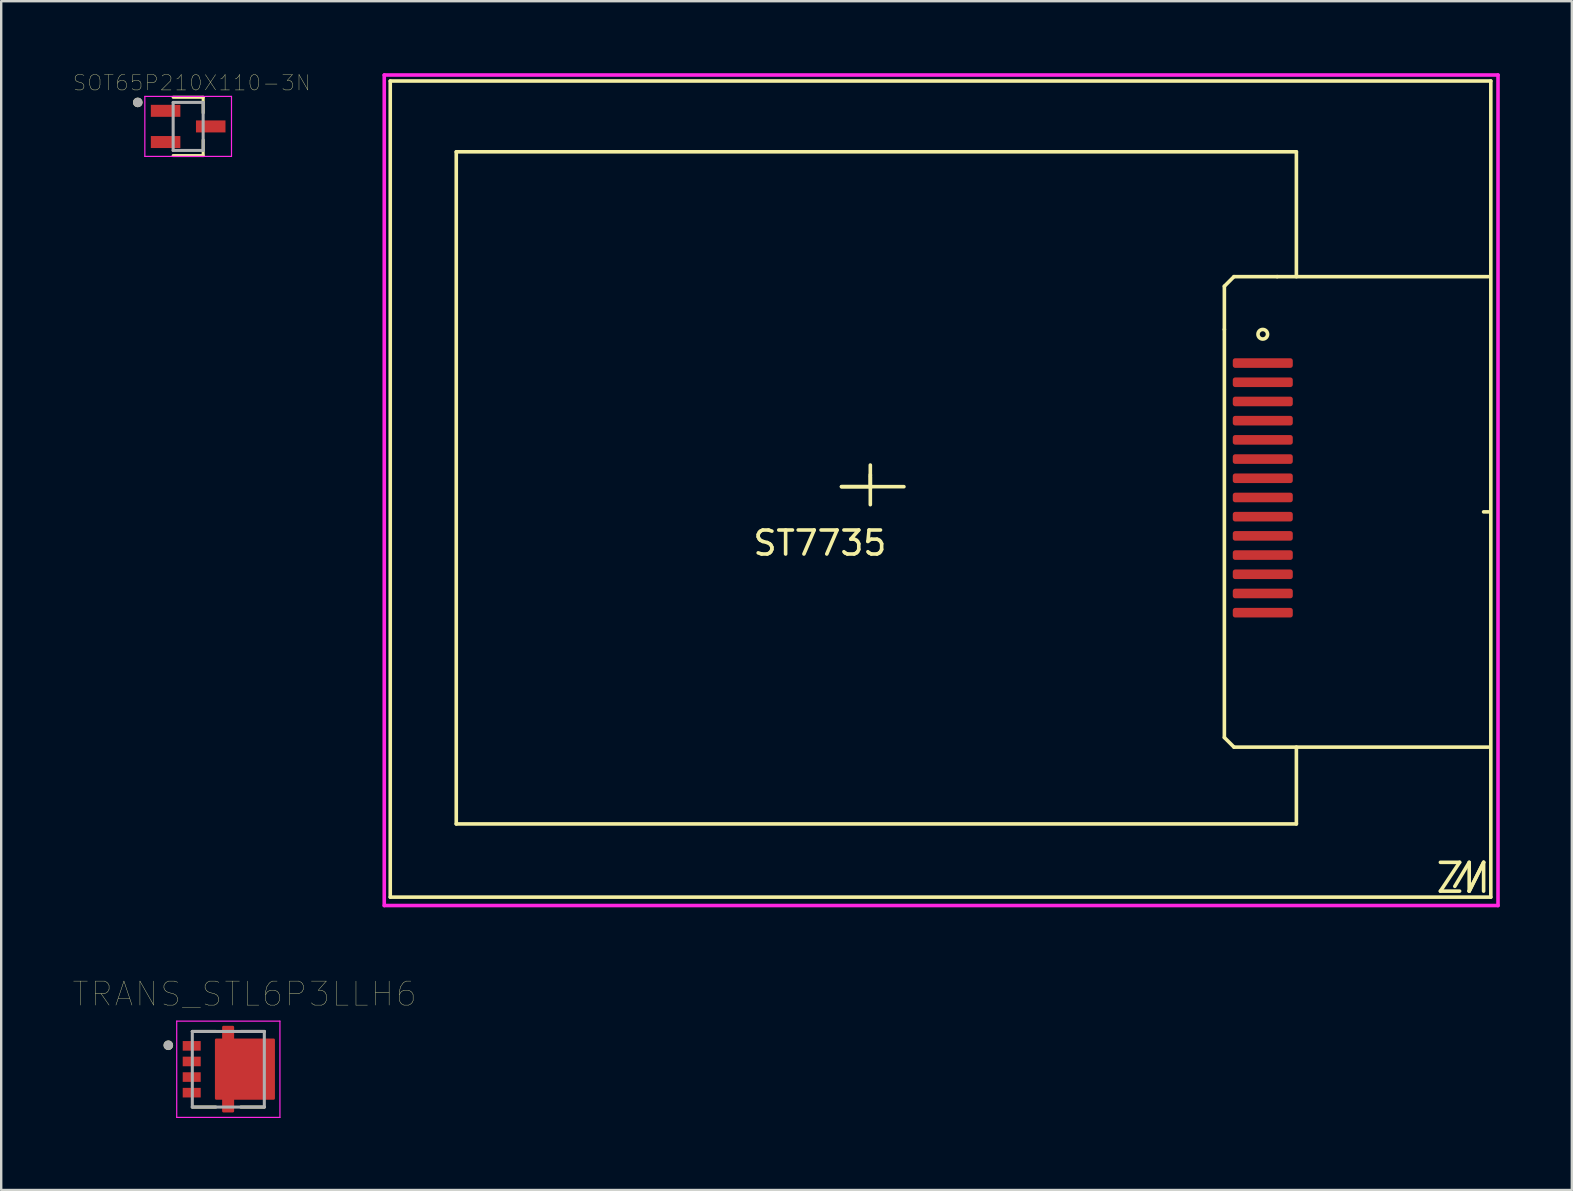
<source format=kicad_pcb>
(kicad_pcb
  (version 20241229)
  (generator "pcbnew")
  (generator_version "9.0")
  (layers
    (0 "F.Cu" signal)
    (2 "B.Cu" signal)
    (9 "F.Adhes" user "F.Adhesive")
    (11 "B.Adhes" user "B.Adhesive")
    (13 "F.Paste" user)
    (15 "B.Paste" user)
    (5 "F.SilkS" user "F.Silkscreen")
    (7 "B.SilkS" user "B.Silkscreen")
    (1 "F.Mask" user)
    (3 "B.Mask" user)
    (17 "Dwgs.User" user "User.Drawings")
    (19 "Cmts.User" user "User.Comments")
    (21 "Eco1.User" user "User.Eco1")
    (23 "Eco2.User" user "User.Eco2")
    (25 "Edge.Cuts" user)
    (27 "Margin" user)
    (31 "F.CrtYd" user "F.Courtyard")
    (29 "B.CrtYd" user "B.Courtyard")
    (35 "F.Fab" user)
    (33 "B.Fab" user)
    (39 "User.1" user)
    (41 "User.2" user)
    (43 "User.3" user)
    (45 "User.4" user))
  (footprint "ST7735"
    (layer "F.Cu")
    (at 13.158 0.275)
    (property "Reference" "ST7735" (at 17.95 19.3 0) (layer "F.SilkS") (effects (font (size 1 1) (thickness 0.15))))
    (attr through_hole)
    (fp_line (start 0.05 0.05) (end 45.9 0.05) (stroke (width 0.15) (type solid)) (layer "F.SilkS"))
    (fp_line (start 0.05 34.05) (end 0.05 0.05) (stroke (width 0.15) (type solid)) (layer "F.SilkS"))
    (fp_line (start 2.8 3) (end 2.8 31) (stroke (width 0.15) (type solid)) (layer "F.SilkS"))
    (fp_line (start 2.8 3) (end 37.8 3) (stroke (width 0.15) (type solid)) (layer "F.SilkS"))
    (fp_line (start 2.8 31) (end 37.8 31) (stroke (width 0.15) (type solid)) (layer "F.SilkS"))
    (fp_line (start 18.85 16.95) (end 20.05 16.95) (stroke (width 0.15) (type solid)) (layer "F.SilkS"))
    (fp_line (start 20.05 16.5) (end 20.05 16.05) (stroke (width 0.15) (type solid)) (layer "F.SilkS"))
    (fp_line (start 20.05 16.55) (end 20.05 17.7) (stroke (width 0.15) (type solid)) (layer "F.SilkS"))
    (fp_line (start 20.05 16.95) (end 20.05 16.45) (stroke (width 0.15) (type solid)) (layer "F.SilkS"))
    (fp_line (start 20.05 16.95) (end 21.45 16.95) (stroke (width 0.15) (type solid)) (layer "F.SilkS"))
    (fp_line (start 20.1 16.95) (end 18.85 16.95) (stroke (width 0.15) (type solid)) (layer "F.SilkS"))
    (fp_line (start 34.8 8.6) (end 35.2 8.2) (stroke (width 0.15) (type solid)) (layer "F.SilkS"))
    (fp_line (start 34.8 10.4) (end 34.8 8.6) (stroke (width 0.15) (type solid)) (layer "F.SilkS"))
    (fp_line (start 34.8 10.4) (end 34.8 27.4) (stroke (width 0.15) (type solid)) (layer "F.SilkS"))
    (fp_line (start 34.8 27.4) (end 35.2 27.8) (stroke (width 0.15) (type solid)) (layer "F.SilkS"))
    (fp_line (start 35.2 8.2) (end 37 8.2) (stroke (width 0.15) (type solid)) (layer "F.SilkS"))
    (fp_line (start 35.2 27.8) (end 45.8 27.8) (stroke (width 0.15) (type solid)) (layer "F.SilkS"))
    (fp_line (start 37 8.2) (end 45.8 8.2) (stroke (width 0.15) (type solid)) (layer "F.SilkS"))
    (fp_line (start 37.8 8.2) (end 37.8 3) (stroke (width 0.15) (type solid)) (layer "F.SilkS"))
    (fp_line (start 37.8 27.8) (end 37.8 31) (stroke (width 0.15) (type solid)) (layer "F.SilkS"))
    (fp_line (start 43.8 33.8) (end 44.6 32.6) (stroke (width 0.15) (type solid)) (layer "F.SilkS"))
    (fp_line (start 44.6 32.6) (end 43.8 32.6) (stroke (width 0.15) (type solid)) (layer "F.SilkS"))
    (fp_line (start 44.6 33.8) (end 43.8 33.8) (stroke (width 0.15) (type solid)) (layer "F.SilkS"))
    (fp_line (start 45 32.6) (end 44.4 33.6) (stroke (width 0.15) (type solid)) (layer "F.SilkS"))
    (fp_line (start 45 33.8) (end 45 32.6) (stroke (width 0.15) (type solid)) (layer "F.SilkS"))
    (fp_line (start 45 33.8) (end 45.6 32.6) (stroke (width 0.15) (type solid)) (layer "F.SilkS"))
    (fp_line (start 45.6 32.6) (end 45 33.8) (stroke (width 0.15) (type solid)) (layer "F.SilkS"))
    (fp_line (start 45.6 33.8) (end 45.6 32.6) (stroke (width 0.15) (type solid)) (layer "F.SilkS"))
    (fp_line (start 45.8 18) (end 45.6 18) (stroke (width 0.15) (type solid)) (layer "F.SilkS"))
    (fp_line (start 45.9 0.05) (end 45.9 34.05) (stroke (width 0.15) (type solid)) (layer "F.SilkS"))
    (fp_line (start 45.9 34.05) (end 0.05 34.05) (stroke (width 0.15) (type solid)) (layer "F.SilkS"))
    (fp_circle (center 36.4 10.6) (end 36.4 10.8) (stroke (width 0.15) (type solid)) (fill no) (layer "F.SilkS"))
    (fp_line (start -0.2 -0.2) (end 46.2 -0.2) (stroke (width 0.15) (type solid)) (layer "F.CrtYd"))
    (fp_line (start -0.2 34.4) (end -0.2 -0.2) (stroke (width 0.15) (type solid)) (layer "F.CrtYd"))
    (fp_line (start 46.2 -0.2) (end 46.2 34.4) (stroke (width 0.15) (type solid)) (layer "F.CrtYd"))
    (fp_line (start 46.2 34.4) (end -0.2 34.4) (stroke (width 0.15) (type solid)) (layer "F.CrtYd"))
    (pad "1" smd roundrect (at 36.4 11.8) (size 2.5 0.4) (layers "F.Cu" "F.Mask" "F.Paste") (roundrect_rratio 0.25))
    (pad "2" smd roundrect (at 36.4 12.6) (size 2.5 0.4) (layers "F.Cu" "F.Mask" "F.Paste") (roundrect_rratio 0.25))
    (pad "3" smd roundrect (at 36.4 13.4) (size 2.5 0.4) (layers "F.Cu" "F.Mask" "F.Paste") (roundrect_rratio 0.25))
    (pad "4" smd roundrect (at 36.4 14.2) (size 2.5 0.4) (layers "F.Cu" "F.Mask" "F.Paste") (roundrect_rratio 0.25))
    (pad "5" smd roundrect (at 36.4 15) (size 2.5 0.4) (layers "F.Cu" "F.Mask" "F.Paste") (roundrect_rratio 0.25))
    (pad "6" smd roundrect (at 36.4 15.8) (size 2.5 0.4) (layers "F.Cu" "F.Mask" "F.Paste") (roundrect_rratio 0.25))
    (pad "7" smd roundrect (at 36.4 16.6) (size 2.5 0.4) (layers "F.Cu" "F.Mask" "F.Paste") (roundrect_rratio 0.25))
    (pad "8" smd roundrect (at 36.4 17.4) (size 2.5 0.4) (layers "F.Cu" "F.Mask" "F.Paste") (roundrect_rratio 0.25))
    (pad "9" smd roundrect (at 36.4 18.2) (size 2.5 0.4) (layers "F.Cu" "F.Mask" "F.Paste") (roundrect_rratio 0.25))
    (pad "10" smd roundrect (at 36.4 19) (size 2.5 0.4) (layers "F.Cu" "F.Mask" "F.Paste") (roundrect_rratio 0.25))
    (pad "11" smd roundrect (at 36.4 19.8) (size 2.5 0.4) (layers "F.Cu" "F.Mask" "F.Paste") (roundrect_rratio 0.25))
    (pad "12" smd roundrect (at 36.4 20.6) (size 2.5 0.4) (layers "F.Cu" "F.Mask" "F.Paste") (roundrect_rratio 0.25))
    (pad "13" smd roundrect (at 36.4 21.4) (size 2.5 0.4) (layers "F.Cu" "F.Mask" "F.Paste") (roundrect_rratio 0.25))
    (pad "14" smd roundrect (at 36.4 22.2) (size 2.5 0.4) (layers "F.Cu" "F.Mask" "F.Paste") (roundrect_rratio 0.25)))
  (footprint "TRANS_STL6P3LLH6"
    (layer "F.Cu")
    (at 6.462 41.496)
    (property "Reference" "TRANS_STL6P3LLH6" (at 0.675 -3.135 0) (layer "F.SilkS") (effects (font (size 1 1) (thickness 0.015))))
    (attr smd)
    (fp_line (start -0.52 -1.575) (end -1.5 -1.575) (stroke (width 0.127) (type solid)) (layer "F.SilkS"))
    (fp_line (start -0.52 1.575) (end -1.5 1.575) (stroke (width 0.127) (type solid)) (layer "F.SilkS"))
    (fp_line (start 1.5 -1.575) (end 0.52 -1.575) (stroke (width 0.127) (type solid)) (layer "F.SilkS"))
    (fp_line (start 1.5 1.575) (end 0.52 1.575) (stroke (width 0.127) (type solid)) (layer "F.SilkS"))
    (fp_circle (center -2.5 -1) (end -2.4 -1) (stroke (width 0.2) (type solid)) (fill no) (layer "F.SilkS"))
    (fp_line (start -2.15 -2.005) (end 2.15 -2.005) (stroke (width 0.05) (type solid)) (layer "F.CrtYd"))
    (fp_line (start -2.15 2.005) (end -2.15 -2.005) (stroke (width 0.05) (type solid)) (layer "F.CrtYd"))
    (fp_line (start 2.15 -2.005) (end 2.15 2.005) (stroke (width 0.05) (type solid)) (layer "F.CrtYd"))
    (fp_line (start 2.15 2.005) (end -2.15 2.005) (stroke (width 0.05) (type solid)) (layer "F.CrtYd"))
    (fp_line (start -1.5 -1.575) (end 1.5 -1.575) (stroke (width 0.127) (type solid)) (layer "F.Fab"))
    (fp_line (start -1.5 1.575) (end -1.5 -1.575) (stroke (width 0.127) (type solid)) (layer "F.Fab"))
    (fp_line (start 1.5 -1.575) (end 1.5 1.575) (stroke (width 0.127) (type solid)) (layer "F.Fab"))
    (fp_line (start 1.5 1.575) (end -1.5 1.575) (stroke (width 0.127) (type solid)) (layer "F.Fab"))
    (fp_circle (center -2.5 -1) (end -2.4 -1) (stroke (width 0.2) (type solid)) (fill no) (layer "F.Fab"))
    (pad "1" smd rect (at -1.525 -0.975) (size 0.75 0.4) (layers "F.Cu" "F.Mask" "F.Paste"))
    (pad "2" smd rect (at -1.525 -0.325) (size 0.75 0.4) (layers "F.Cu" "F.Mask" "F.Paste"))
    (pad "3" smd rect (at -1.525 0.325) (size 0.75 0.4) (layers "F.Cu" "F.Mask" "F.Paste"))
    (pad "4" smd rect (at -1.525 0.975) (size 0.75 0.4) (layers "F.Cu" "F.Mask" "F.Paste"))
    (pad "5_8" smd custom (at 0 0) (size 1 2.45) (layers "F.Cu" "F.Mask" "F.Paste") (options (anchor rect)) (primitives (gr_poly (pts (xy 0.192 -1.231) (xy 1.892 -1.231) (xy 1.892 1.219) (xy 0.192 1.219) (xy 0.192 1.749) (xy -0.208 1.749) (xy -0.208 1.219) (xy -0.508 1.219) (xy -0.508 -1.231) (xy -0.208 -1.231) (xy -0.208 -1.761) (xy 0.192 -1.761)) (width 0.1) (fill yes)))))
  (footprint "SOT65P210X110-3N"
    (layer "F.Cu")
    (at 4.789 2.217)
    (property "Reference" "SOT65P210X110-3N" (at 0.152 -1.816 0) (layer "F.SilkS") (effects (font (size 0.64 0.64) (thickness 0.015))))
    (attr through_hole)
    (fp_line (start -0.625 -1.214) (end 0.625 -1.214) (stroke (width 0.127) (type solid)) (layer "F.SilkS"))
    (fp_line (start -0.625 1.214) (end 0.625 1.214) (stroke (width 0.127) (type solid)) (layer "F.SilkS"))
    (fp_line (start 0.625 -1.214) (end 0.625 -0.564) (stroke (width 0.127) (type solid)) (layer "F.SilkS"))
    (fp_line (start 0.625 1.214) (end 0.625 0.564) (stroke (width 0.127) (type solid)) (layer "F.SilkS"))
    (fp_circle (center -2.1 -1) (end -2 -1) (stroke (width 0.2) (type solid)) (fill no) (layer "F.SilkS"))
    (fp_line (start -1.805 -1.25) (end 1.805 -1.25) (stroke (width 0.05) (type solid)) (layer "F.CrtYd"))
    (fp_line (start -1.805 1.25) (end -1.805 -1.25) (stroke (width 0.05) (type solid)) (layer "F.CrtYd"))
    (fp_line (start 1.805 1.25) (end -1.805 1.25) (stroke (width 0.05) (type solid)) (layer "F.CrtYd"))
    (fp_line (start 1.805 1.25) (end 1.805 -1.25) (stroke (width 0.05) (type solid)) (layer "F.CrtYd"))
    (fp_line (start -0.625 -1) (end 0.625 -1) (stroke (width 0.127) (type solid)) (layer "F.Fab"))
    (fp_line (start -0.625 1) (end -0.625 -1) (stroke (width 0.127) (type solid)) (layer "F.Fab"))
    (fp_line (start 0.625 -1) (end 0.625 1) (stroke (width 0.127) (type solid)) (layer "F.Fab"))
    (fp_line (start 0.625 1) (end -0.625 1) (stroke (width 0.127) (type solid)) (layer "F.Fab"))
    (fp_circle (center -2.1 -1) (end -2 -1) (stroke (width 0.2) (type solid)) (fill no) (layer "F.Fab"))
    (pad "1" smd rect (at -0.94 -0.65) (size 1.23 0.5) (layers "F.Cu" "F.Mask" "F.Paste"))
    (pad "2" smd rect (at -0.94 0.65) (size 1.23 0.5) (layers "F.Cu" "F.Mask" "F.Paste"))
    (pad "3" smd rect (at 0.94 0) (size 1.23 0.5) (layers "F.Cu" "F.Mask" "F.Paste")))
  (gr_rect
    (start -3 -3)
    (end 62.433 46.526)
    (stroke (width 0.1) (type default))
    (fill no)
    (layer "Edge.Cuts")))
</source>
